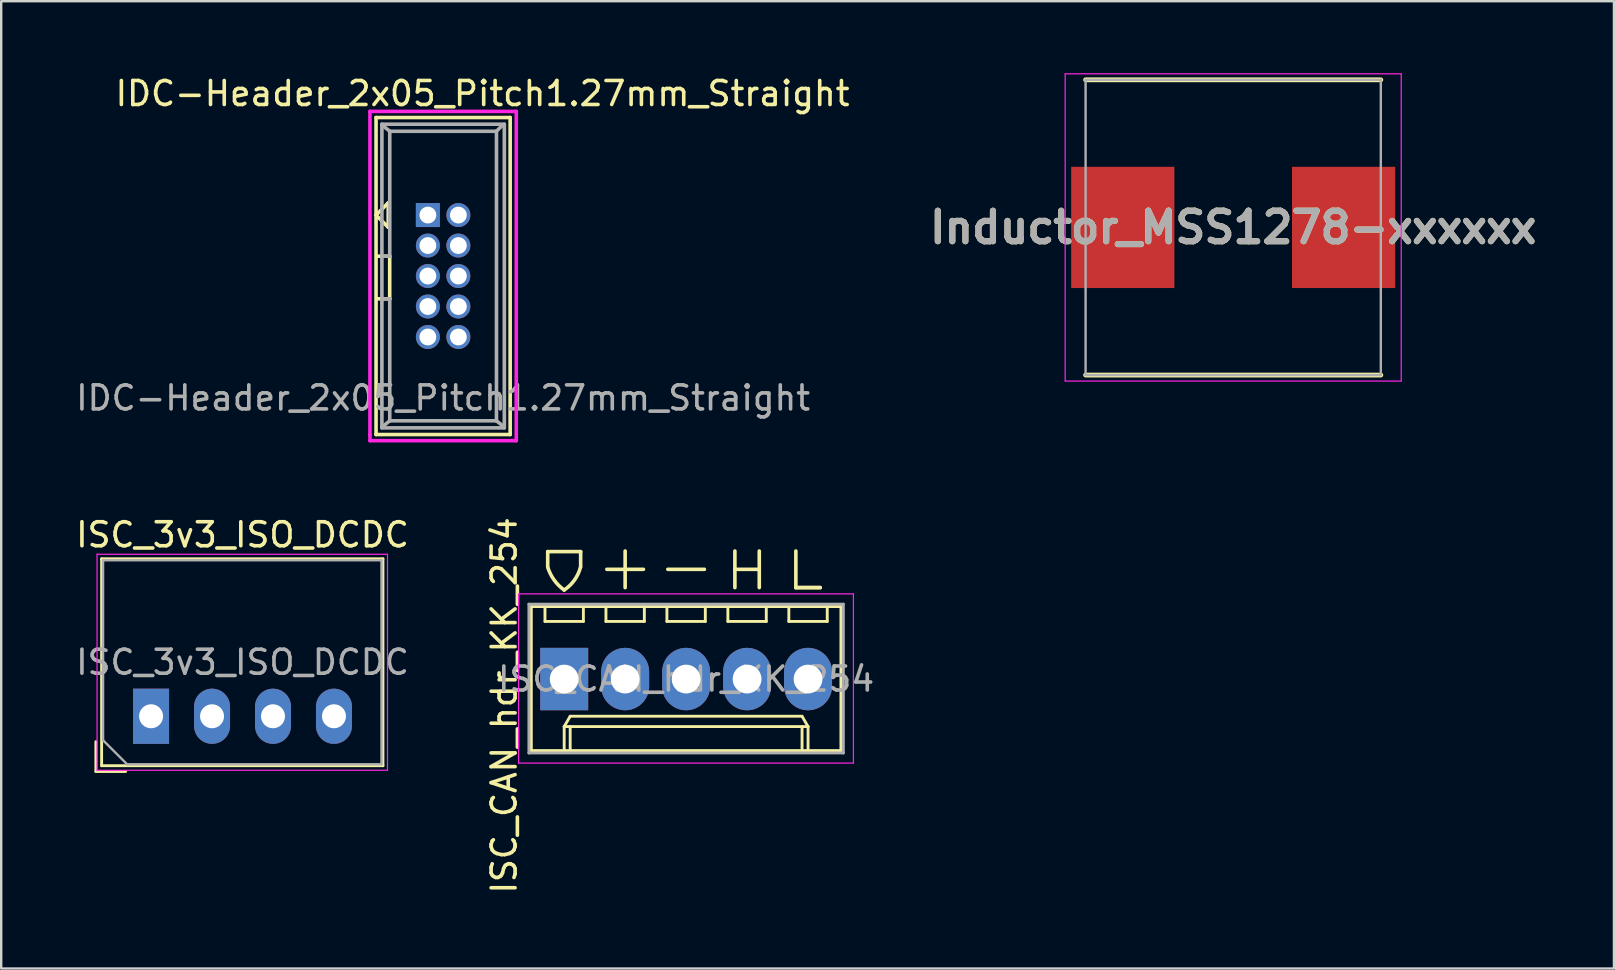
<source format=kicad_pcb>
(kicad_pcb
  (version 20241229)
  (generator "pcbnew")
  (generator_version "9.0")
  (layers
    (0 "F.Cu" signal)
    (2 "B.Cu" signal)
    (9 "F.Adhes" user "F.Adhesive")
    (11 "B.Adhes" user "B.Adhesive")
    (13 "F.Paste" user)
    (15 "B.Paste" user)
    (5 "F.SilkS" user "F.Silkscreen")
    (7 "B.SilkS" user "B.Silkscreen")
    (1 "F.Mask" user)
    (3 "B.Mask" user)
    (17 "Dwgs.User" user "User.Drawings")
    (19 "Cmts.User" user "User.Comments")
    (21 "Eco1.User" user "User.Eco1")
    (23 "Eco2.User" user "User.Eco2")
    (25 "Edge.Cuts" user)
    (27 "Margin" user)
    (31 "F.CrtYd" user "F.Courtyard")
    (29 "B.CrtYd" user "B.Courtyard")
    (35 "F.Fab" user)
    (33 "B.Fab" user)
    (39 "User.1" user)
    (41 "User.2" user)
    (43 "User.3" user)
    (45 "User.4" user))
  (footprint "Inductor_MSS1278-xxxxxx"
    (layer "F.Cu")
    (at 48.328 6.425)
    (property "Reference" "Inductor_MSS1278-xxxxxx" (at 0 0 0) (layer "F.SilkS") (effects (font (size 1.27 1.27) (thickness 0.254))))
    (attr smd)
    (fp_line (start -6.15 6.15) (end 6.15 6.15) (stroke (width 0.2) (type solid)) (layer "F.SilkS"))
    (fp_line (start 6.15 -6.15) (end -6.15 -6.15) (stroke (width 0.2) (type solid)) (layer "F.SilkS"))
    (fp_line (start -7 -6.4) (end 7 -6.4) (stroke (width 0.05) (type solid)) (layer "F.CrtYd"))
    (fp_line (start -7 6.4) (end -7 -6.4) (stroke (width 0.05) (type solid)) (layer "F.CrtYd"))
    (fp_line (start 7 -6.4) (end 7 6.4) (stroke (width 0.05) (type solid)) (layer "F.CrtYd"))
    (fp_line (start 7 6.4) (end -7 6.4) (stroke (width 0.05) (type solid)) (layer "F.CrtYd"))
    (fp_line (start -6.15 -6.15) (end 6.15 -6.15) (stroke (width 0.1) (type solid)) (layer "F.Fab"))
    (fp_line (start -6.15 6.15) (end -6.15 -6.15) (stroke (width 0.1) (type solid)) (layer "F.Fab"))
    (fp_line (start 6.15 -6.15) (end 6.15 6.15) (stroke (width 0.1) (type solid)) (layer "F.Fab"))
    (fp_line (start 6.15 6.15) (end -6.15 6.15) (stroke (width 0.1) (type solid)) (layer "F.Fab"))
    (fp_text user "${REFERENCE}" (at 0 0 0) (layer "F.Fab") (effects (font (size 1.27 1.27) (thickness 0.254))))
    (pad "1" smd rect (at -4.6 0) (size 4.3 5.05) (layers "F.Cu" "F.Mask" "F.Paste"))
    (pad "2" smd rect (at 4.6 0) (size 4.3 5.05) (layers "F.Cu" "F.Mask" "F.Paste")))
  (footprint "ISC_CAN_hdr_KK_254"
    (layer "F.Cu")
    (at 20.455 25.241)
    (property "Reference" "ISC_CAN_hdr_KK_254" (at -2.5 1.1 90) (layer "F.SilkS") (effects (font (size 1 1) (thickness 0.15))))
    (attr through_hole)
    (fp_line (start -1.37 -3.02) (end -1.37 2.98) (stroke (width 0.12) (type solid)) (layer "F.SilkS"))
    (fp_line (start -1.37 2.98) (end 11.53 2.98) (stroke (width 0.12) (type solid)) (layer "F.SilkS"))
    (fp_line (start -0.8 -3.02) (end -0.8 -2.4) (stroke (width 0.12) (type solid)) (layer "F.SilkS"))
    (fp_line (start -0.8 -2.4) (end 0.8 -2.4) (stroke (width 0.12) (type solid)) (layer "F.SilkS"))
    (fp_line (start -0.686 -5.309) (end -0.686 -4.674) (stroke (width 0.15) (type solid)) (layer "F.SilkS"))
    (fp_line (start -0.686 -5.309) (end 0.686 -5.309) (stroke (width 0.15) (type solid)) (layer "F.SilkS"))
    (fp_line (start 0 1.98) (end 0.25 1.55) (stroke (width 0.12) (type solid)) (layer "F.SilkS"))
    (fp_line (start 0 1.98) (end 10.16 1.98) (stroke (width 0.12) (type solid)) (layer "F.SilkS"))
    (fp_line (start 0 2.98) (end 0 1.98) (stroke (width 0.12) (type solid)) (layer "F.SilkS"))
    (fp_line (start 0.25 1.55) (end 9.91 1.55) (stroke (width 0.12) (type solid)) (layer "F.SilkS"))
    (fp_line (start 0.25 2.98) (end 0.25 1.98) (stroke (width 0.12) (type solid)) (layer "F.SilkS"))
    (fp_line (start 0.686 -5.309) (end 0.686 -4.674) (stroke (width 0.15) (type solid)) (layer "F.SilkS"))
    (fp_line (start 0.8 -2.4) (end 0.8 -3.02) (stroke (width 0.12) (type solid)) (layer "F.SilkS"))
    (fp_line (start 1.74 -3.02) (end 1.74 -2.4) (stroke (width 0.12) (type solid)) (layer "F.SilkS"))
    (fp_line (start 1.74 -2.4) (end 3.34 -2.4) (stroke (width 0.12) (type solid)) (layer "F.SilkS"))
    (fp_line (start 2.54 -4.572) (end 1.778 -4.572) (stroke (width 0.15) (type solid)) (layer "F.SilkS"))
    (fp_line (start 2.54 -4.572) (end 3.302 -4.572) (stroke (width 0.15) (type solid)) (layer "F.SilkS"))
    (fp_line (start 2.54 -3.81) (end 2.54 -5.334) (stroke (width 0.15) (type solid)) (layer "F.SilkS"))
    (fp_line (start 3.34 -2.4) (end 3.34 -3.02) (stroke (width 0.12) (type solid)) (layer "F.SilkS"))
    (fp_line (start 4.28 -3.02) (end 4.28 -2.4) (stroke (width 0.12) (type solid)) (layer "F.SilkS"))
    (fp_line (start 4.28 -2.4) (end 5.88 -2.4) (stroke (width 0.12) (type solid)) (layer "F.SilkS"))
    (fp_line (start 4.318 -4.572) (end 5.842 -4.572) (stroke (width 0.15) (type solid)) (layer "F.SilkS"))
    (fp_line (start 5.88 -2.4) (end 5.88 -3.02) (stroke (width 0.12) (type solid)) (layer "F.SilkS"))
    (fp_line (start 6.82 -3.02) (end 6.82 -2.4) (stroke (width 0.12) (type solid)) (layer "F.SilkS"))
    (fp_line (start 6.82 -2.4) (end 8.42 -2.4) (stroke (width 0.12) (type solid)) (layer "F.SilkS"))
    (fp_line (start 7.112 -4.572) (end 8.128 -4.572) (stroke (width 0.15) (type solid)) (layer "F.SilkS"))
    (fp_line (start 7.112 -3.81) (end 7.112 -5.334) (stroke (width 0.15) (type solid)) (layer "F.SilkS"))
    (fp_line (start 8.128 -5.334) (end 8.128 -3.81) (stroke (width 0.15) (type solid)) (layer "F.SilkS"))
    (fp_line (start 8.42 -2.4) (end 8.42 -3.02) (stroke (width 0.12) (type solid)) (layer "F.SilkS"))
    (fp_line (start 9.36 -3.02) (end 9.36 -2.4) (stroke (width 0.12) (type solid)) (layer "F.SilkS"))
    (fp_line (start 9.36 -2.4) (end 10.96 -2.4) (stroke (width 0.12) (type solid)) (layer "F.SilkS"))
    (fp_line (start 9.652 -3.81) (end 9.652 -5.334) (stroke (width 0.15) (type solid)) (layer "F.SilkS"))
    (fp_line (start 9.652 -3.81) (end 10.668 -3.81) (stroke (width 0.15) (type solid)) (layer "F.SilkS"))
    (fp_line (start 9.91 1.55) (end 10.16 1.98) (stroke (width 0.12) (type solid)) (layer "F.SilkS"))
    (fp_line (start 9.91 2.98) (end 9.91 1.98) (stroke (width 0.12) (type solid)) (layer "F.SilkS"))
    (fp_line (start 10.16 1.98) (end 10.16 2.98) (stroke (width 0.12) (type solid)) (layer "F.SilkS"))
    (fp_line (start 10.668 -3.81) (end 9.652 -3.81) (stroke (width 0.15) (type solid)) (layer "F.SilkS"))
    (fp_line (start 10.96 -2.4) (end 10.96 -3.02) (stroke (width 0.12) (type solid)) (layer "F.SilkS"))
    (fp_line (start 11.53 -3.02) (end -1.37 -3.02) (stroke (width 0.12) (type solid)) (layer "F.SilkS"))
    (fp_line (start 11.53 2.98) (end 11.53 -3.02) (stroke (width 0.12) (type solid)) (layer "F.SilkS"))
    (fp_arc (start 0 -3.7084) (mid -0.416855 -4.123944) (end -0.68215 -4.649361) (stroke (width 0.15) (type solid)) (layer "F.SilkS"))
    (fp_arc (start 0.677133 -4.650539) (mid 0.424193 -4.117928) (end 0 -3.7084) (stroke (width 0.15) (type solid)) (layer "F.SilkS"))
    (fp_line (start -1.9 -3.55) (end 12.05 -3.55) (stroke (width 0.05) (type solid)) (layer "F.CrtYd"))
    (fp_line (start -1.9 3.5) (end -1.9 -3.55) (stroke (width 0.05) (type solid)) (layer "F.CrtYd"))
    (fp_line (start 12.05 -3.55) (end 12.05 3.5) (stroke (width 0.05) (type solid)) (layer "F.CrtYd"))
    (fp_line (start 12.05 3.5) (end -1.9 3.5) (stroke (width 0.05) (type solid)) (layer "F.CrtYd"))
    (fp_line (start -1.47 -3.12) (end -1.47 3.08) (stroke (width 0.12) (type solid)) (layer "F.Fab"))
    (fp_line (start -1.47 3.08) (end 11.63 3.08) (stroke (width 0.12) (type solid)) (layer "F.Fab"))
    (fp_line (start 11.63 -3.12) (end -1.47 -3.12) (stroke (width 0.12) (type solid)) (layer "F.Fab"))
    (fp_line (start 11.63 3.08) (end 11.63 -3.12) (stroke (width 0.12) (type solid)) (layer "F.Fab"))
    (fp_text user "${REFERENCE}" (at 5.08 0 0) (layer "F.Fab") (effects (font (size 1 1) (thickness 0.15))))
    (pad "1" thru_hole rect (at 0 0) (size 2 2.6) (drill 1.2) (layers "*.Cu" "*.Mask"))
    (pad "2" thru_hole oval (at 2.54 0) (size 2 2.6) (drill 1.2) (layers "*.Cu" "*.Mask"))
    (pad "3" thru_hole oval (at 5.08 0) (size 2 2.6) (drill 1.2) (layers "*.Cu" "*.Mask"))
    (pad "4" thru_hole oval (at 7.62 0) (size 2 2.6) (drill 1.2) (layers "*.Cu" "*.Mask"))
    (pad "5" thru_hole oval (at 10.16 0) (size 2 2.6) (drill 1.2) (layers "*.Cu" "*.Mask")))
  (footprint "ISC_3v3_ISO_DCDC"
    (layer "F.Cu")
    (at 3.244 26.791)
    (property "Reference" "ISC_3v3_ISO_DCDC" (at 3.81 -7.56 0) (layer "F.SilkS") (effects (font (size 1 1) (thickness 0.15))))
    (attr through_hole)
    (fp_line (start -2.3 1.06) (end -2.3 2.3) (stroke (width 0.12) (type solid)) (layer "F.SilkS"))
    (fp_line (start -2.3 2.3) (end -1.06 2.3) (stroke (width 0.12) (type solid)) (layer "F.SilkS"))
    (fp_line (start -2.06 -6.56) (end -2.06 2.06) (stroke (width 0.12) (type solid)) (layer "F.SilkS"))
    (fp_line (start -2.06 -6.56) (end 9.66 -6.56) (stroke (width 0.12) (type solid)) (layer "F.SilkS"))
    (fp_line (start -2.06 2.06) (end 9.66 2.06) (stroke (width 0.12) (type solid)) (layer "F.SilkS"))
    (fp_line (start 9.66 -6.56) (end 9.66 2.06) (stroke (width 0.12) (type solid)) (layer "F.SilkS"))
    (fp_line (start -2.25 -6.75) (end -2.25 2.25) (stroke (width 0.05) (type solid)) (layer "F.CrtYd"))
    (fp_line (start -2.25 2.25) (end 9.85 2.25) (stroke (width 0.05) (type solid)) (layer "F.CrtYd"))
    (fp_line (start 9.85 -6.75) (end -2.25 -6.75) (stroke (width 0.05) (type solid)) (layer "F.CrtYd"))
    (fp_line (start 9.85 2.25) (end 9.85 -6.75) (stroke (width 0.05) (type solid)) (layer "F.CrtYd"))
    (fp_line (start -2 -6.5) (end 9.6 -6.5) (stroke (width 0.1) (type solid)) (layer "F.Fab"))
    (fp_line (start -2 1) (end -2 -6.5) (stroke (width 0.1) (type solid)) (layer "F.Fab"))
    (fp_line (start -1 2) (end -2 1) (stroke (width 0.1) (type solid)) (layer "F.Fab"))
    (fp_line (start 9.6 -6.5) (end 9.6 2) (stroke (width 0.1) (type solid)) (layer "F.Fab"))
    (fp_line (start 9.6 2) (end -1 2) (stroke (width 0.1) (type solid)) (layer "F.Fab"))
    (fp_text user "${REFERENCE}" (at 3.81 -2.25 0) (layer "F.Fab") (effects (font (size 1 1) (thickness 0.15))))
    (pad "1" thru_hole rect (at 0 0) (size 1.5 2.3) (drill 1) (layers "*.Cu" "*.Mask"))
    (pad "2" thru_hole oval (at 2.54 0) (size 1.5 2.3) (drill 1) (layers "*.Cu" "*.Mask"))
    (pad "3" thru_hole oval (at 5.08 0) (size 1.5 2.3) (drill 1) (layers "*.Cu" "*.Mask"))
    (pad "4" thru_hole oval (at 7.62 0) (size 1.5 2.3) (drill 1) (layers "*.Cu" "*.Mask")))
  (footprint "IDC-Header_2x05_Pitch1.27mm_Straight"
    (layer "F.Cu")
    (at 15.411 8.45)
    (property "Reference" "IDC-Header_2x05_Pitch1.27mm_Straight" (at 1.643 -7.602 0) (layer "F.SilkS") (effects (font (size 1 1) (thickness 0.15))))
    (attr through_hole)
    (fp_line (start -2.794 -6.604) (end -2.794 6.604) (stroke (width 0.15) (type solid)) (layer "F.SilkS"))
    (fp_line (start -2.794 -2.54) (end -2.286 -3.048) (stroke (width 0.15) (type solid)) (layer "F.SilkS"))
    (fp_line (start -2.794 6.604) (end 2.794 6.604) (stroke (width 0.15) (type solid)) (layer "F.SilkS"))
    (fp_line (start -2.75 -0.825) (end -2.225 -0.825) (stroke (width 0.15) (type solid)) (layer "F.SilkS"))
    (fp_line (start -2.286 -3.048) (end -2.286 -2.032) (stroke (width 0.15) (type solid)) (layer "F.SilkS"))
    (fp_line (start -2.286 -2.032) (end -2.794 -2.54) (stroke (width 0.15) (type solid)) (layer "F.SilkS"))
    (fp_line (start -2.225 -0.825) (end -2.225 0.95) (stroke (width 0.15) (type solid)) (layer "F.SilkS"))
    (fp_line (start -2.225 0.95) (end -2.75 0.95) (stroke (width 0.15) (type solid)) (layer "F.SilkS"))
    (fp_line (start 2.794 -6.604) (end -2.794 -6.604) (stroke (width 0.15) (type solid)) (layer "F.SilkS"))
    (fp_line (start 2.794 6.604) (end 2.794 -6.604) (stroke (width 0.15) (type solid)) (layer "F.SilkS"))
    (fp_line (start -3.048 -6.858) (end -3.048 6.604) (stroke (width 0.15) (type solid)) (layer "F.CrtYd"))
    (fp_line (start -3.048 6.604) (end -3.048 6.858) (stroke (width 0.15) (type solid)) (layer "F.CrtYd"))
    (fp_line (start -3.048 6.858) (end 3.048 6.858) (stroke (width 0.15) (type solid)) (layer "F.CrtYd"))
    (fp_line (start 3.048 -6.858) (end -3.048 -6.858) (stroke (width 0.15) (type solid)) (layer "F.CrtYd"))
    (fp_line (start 3.048 6.858) (end 3.048 -6.858) (stroke (width 0.15) (type solid)) (layer "F.CrtYd"))
    (fp_line (start -2.55 -6.325) (end -2.55 6.325) (stroke (width 0.15) (type solid)) (layer "F.Fab"))
    (fp_line (start -2.55 -6.325) (end 2.55 -6.325) (stroke (width 0.15) (type solid)) (layer "F.Fab"))
    (fp_line (start -2.55 6.325) (end 2.55 6.325) (stroke (width 0.15) (type solid)) (layer "F.Fab"))
    (fp_line (start -2.54 -6.287) (end -2.223 -6.032) (stroke (width 0.15) (type solid)) (layer "F.Fab"))
    (fp_line (start -2.286 -0.826) (end -2.54 -0.826) (stroke (width 0.15) (type solid)) (layer "F.Fab"))
    (fp_line (start -2.223 -6.032) (end -2.223 -0.826) (stroke (width 0.15) (type solid)) (layer "F.Fab"))
    (fp_line (start -2.223 0.953) (end -2.54 0.953) (stroke (width 0.15) (type solid)) (layer "F.Fab"))
    (fp_line (start -2.223 0.953) (end -2.223 6.032) (stroke (width 0.15) (type solid)) (layer "F.Fab"))
    (fp_line (start -2.223 6.032) (end -2.54 6.287) (stroke (width 0.15) (type solid)) (layer "F.Fab"))
    (fp_line (start -2.223 6.032) (end 2.223 6.032) (stroke (width 0.15) (type solid)) (layer "F.Fab"))
    (fp_line (start 2.223 -6.032) (end -2.223 -6.032) (stroke (width 0.15) (type solid)) (layer "F.Fab"))
    (fp_line (start 2.223 -6.032) (end 2.477 -6.287) (stroke (width 0.15) (type solid)) (layer "F.Fab"))
    (fp_line (start 2.223 6.032) (end 2.223 -6.032) (stroke (width 0.15) (type solid)) (layer "F.Fab"))
    (fp_line (start 2.223 6.032) (end 2.54 6.287) (stroke (width 0.15) (type solid)) (layer "F.Fab"))
    (fp_line (start 2.55 -6.325) (end 2.55 6.325) (stroke (width 0.15) (type solid)) (layer "F.Fab"))
    (fp_text user "${REFERENCE}" (at 0 5.08 0) (layer "F.Fab") (effects (font (size 1 1) (thickness 0.15))))
    (pad "1" thru_hole rect (at -0.635 -2.54) (size 1 1) (drill 0.7) (layers "*.Cu" "*.Mask"))
    (pad "2" thru_hole oval (at 0.635 -2.54) (size 1 1) (drill 0.7) (layers "*.Cu" "*.Mask"))
    (pad "3" thru_hole oval (at -0.635 -1.27) (size 1 1) (drill 0.7) (layers "*.Cu" "*.Mask"))
    (pad "4" thru_hole oval (at 0.635 -1.27) (size 1 1) (drill 0.7) (layers "*.Cu" "*.Mask"))
    (pad "5" thru_hole oval (at -0.635 0) (size 1 1) (drill 0.7) (layers "*.Cu" "*.Mask"))
    (pad "6" thru_hole oval (at 0.635 0) (size 1 1) (drill 0.7) (layers "*.Cu" "*.Mask"))
    (pad "7" thru_hole oval (at -0.635 1.27) (size 1 1) (drill 0.7) (layers "*.Cu" "*.Mask"))
    (pad "8" thru_hole oval (at 0.635 1.27) (size 1 1) (drill 0.7) (layers "*.Cu" "*.Mask"))
    (pad "9" thru_hole oval (at -0.635 2.54) (size 1 1) (drill 0.7) (layers "*.Cu" "*.Mask"))
    (pad "10" thru_hole oval (at 0.635 2.54) (size 1 1) (drill 0.7) (layers "*.Cu" "*.Mask")))
  (gr_rect
    (start -3 -3)
    (end 64.191 37.3)
    (stroke (width 0.1) (type default))
    (fill no)
    (layer "Edge.Cuts")))
</source>
